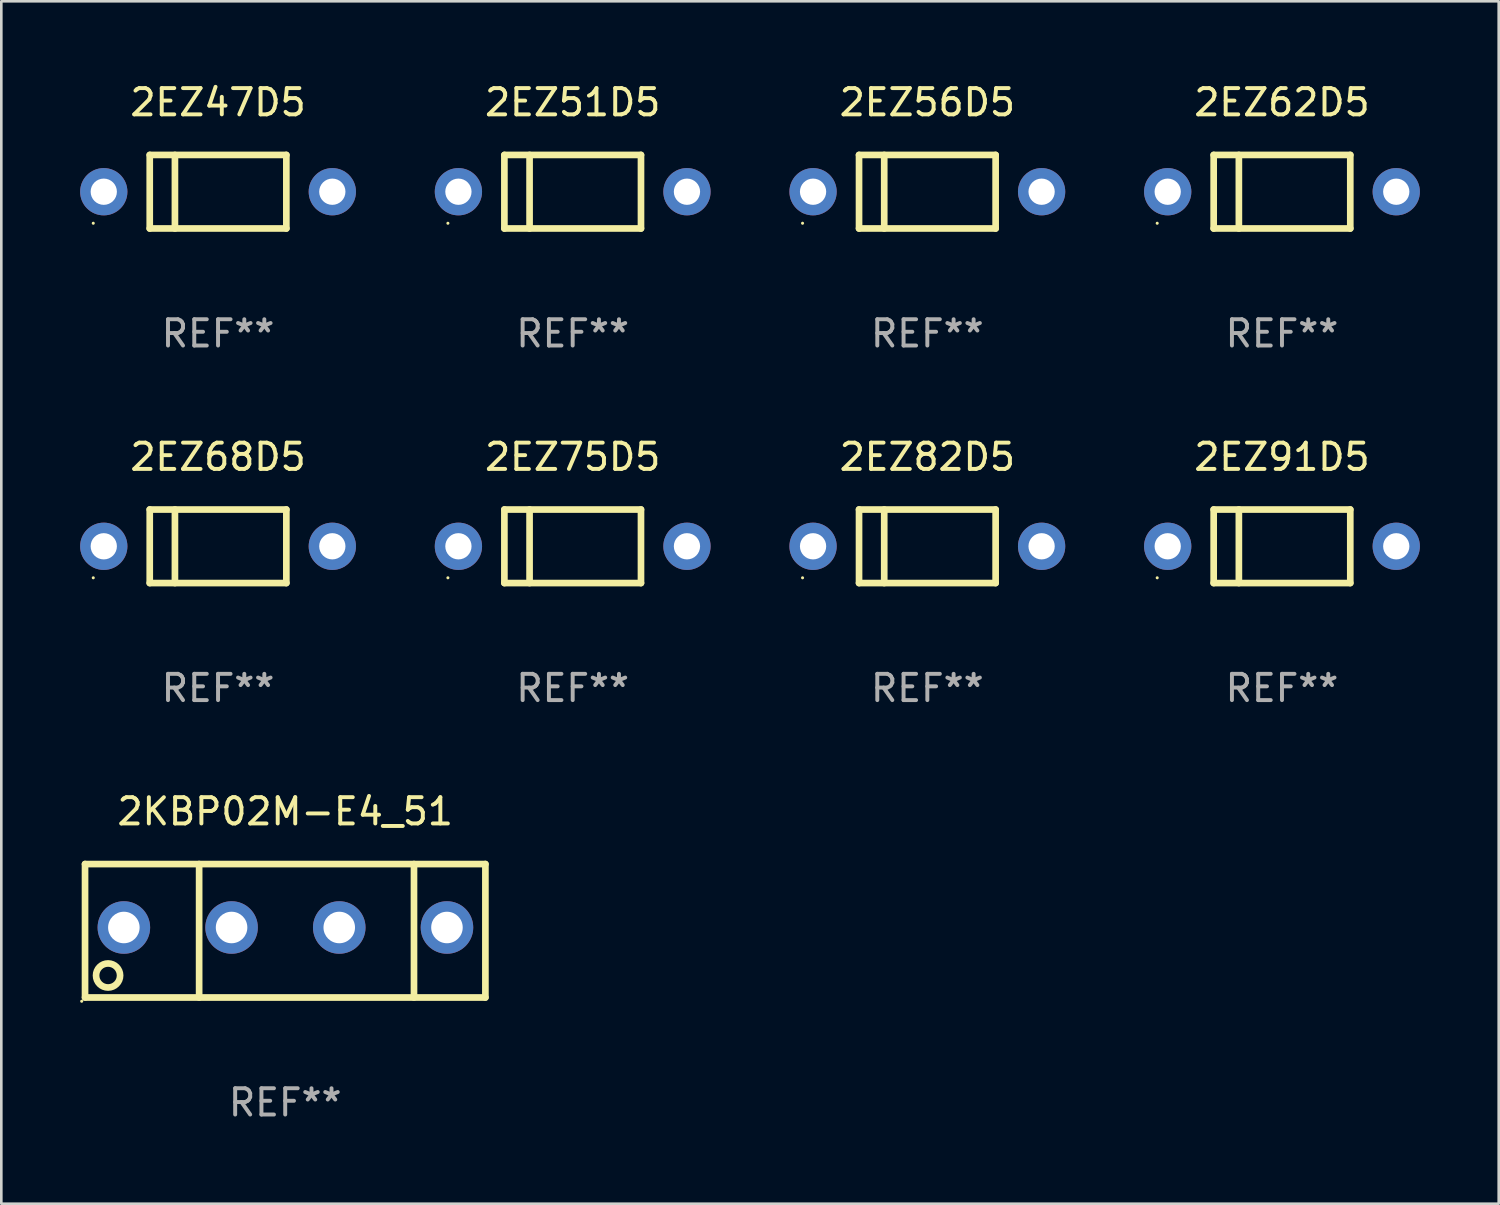
<source format=kicad_pcb>
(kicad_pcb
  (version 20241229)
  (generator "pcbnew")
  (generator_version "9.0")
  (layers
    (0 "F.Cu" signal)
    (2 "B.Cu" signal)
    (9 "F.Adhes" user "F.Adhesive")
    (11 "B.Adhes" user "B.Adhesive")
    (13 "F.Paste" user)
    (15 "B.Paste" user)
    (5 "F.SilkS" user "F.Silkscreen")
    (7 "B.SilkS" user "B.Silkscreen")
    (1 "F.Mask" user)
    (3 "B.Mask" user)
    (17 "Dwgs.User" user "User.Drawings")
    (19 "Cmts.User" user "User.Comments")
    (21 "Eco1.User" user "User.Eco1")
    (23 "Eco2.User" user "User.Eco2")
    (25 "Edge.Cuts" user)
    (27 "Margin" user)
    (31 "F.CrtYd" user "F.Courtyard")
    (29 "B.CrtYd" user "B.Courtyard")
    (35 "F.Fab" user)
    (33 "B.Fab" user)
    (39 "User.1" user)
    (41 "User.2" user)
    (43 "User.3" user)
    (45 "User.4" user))
  (footprint "2EZ68D5"
    (layer "F.Cu")
    (at 5.25 17.745)
    (property "Reference" "2EZ68D5" (at 0 -3.4 0) (layer "F.SilkS") (effects (font (size 1 1) (thickness 0.15))))
    (attr through_hole)
    (fp_line (start -2.6 -1.4) (end -2.6 1.4) (stroke (width 0.254) (type solid)) (layer "F.SilkS"))
    (fp_line (start -2.6 -1.4) (end 2.6 -1.4) (stroke (width 0.254) (type solid)) (layer "F.SilkS"))
    (fp_line (start -2.6 1.4) (end 2.6 1.4) (stroke (width 0.254) (type solid)) (layer "F.SilkS"))
    (fp_line (start -1.641 -1.4) (end -1.641 1.4) (stroke (width 0.254) (type solid)) (layer "F.SilkS"))
    (fp_line (start 2.6 -1.4) (end 2.6 1.4) (stroke (width 0.254) (type solid)) (layer "F.SilkS"))
    (fp_circle (center -4.75 1.2) (end -4.72 1.2) (stroke (width 0.06) (type solid)) (fill no) (layer "F.SilkS"))
    (fp_text user "REF**" (at 0 5.4 0) (layer "F.Fab") (effects (font (size 1 1) (thickness 0.15))))
    (pad "1" thru_hole circle (at -4.35 0) (size 1.8 1.8) (drill 1) (layers "*.Cu" "*.Mask"))
    (pad "2" thru_hole circle (at 4.35 0) (size 1.8 1.8) (drill 1) (layers "*.Cu" "*.Mask")))
  (footprint "2EZ62D5"
    (layer "F.Cu")
    (at 45.75 4.248)
    (property "Reference" "2EZ62D5" (at 0 -3.4 0) (layer "F.SilkS") (effects (font (size 1 1) (thickness 0.15))))
    (attr through_hole)
    (fp_line (start -2.6 -1.4) (end -2.6 1.4) (stroke (width 0.254) (type solid)) (layer "F.SilkS"))
    (fp_line (start -2.6 -1.4) (end 2.6 -1.4) (stroke (width 0.254) (type solid)) (layer "F.SilkS"))
    (fp_line (start -2.6 1.4) (end 2.6 1.4) (stroke (width 0.254) (type solid)) (layer "F.SilkS"))
    (fp_line (start -1.641 -1.4) (end -1.641 1.4) (stroke (width 0.254) (type solid)) (layer "F.SilkS"))
    (fp_line (start 2.6 -1.4) (end 2.6 1.4) (stroke (width 0.254) (type solid)) (layer "F.SilkS"))
    (fp_circle (center -4.75 1.2) (end -4.72 1.2) (stroke (width 0.06) (type solid)) (fill no) (layer "F.SilkS"))
    (fp_text user "REF**" (at 0 5.4 0) (layer "F.Fab") (effects (font (size 1 1) (thickness 0.15))))
    (pad "1" thru_hole circle (at -4.35 0) (size 1.8 1.8) (drill 1) (layers "*.Cu" "*.Mask"))
    (pad "2" thru_hole circle (at 4.35 0) (size 1.8 1.8) (drill 1) (layers "*.Cu" "*.Mask")))
  (footprint "2KBP02M-E4_51"
    (layer "F.Cu")
    (at 7.807 32.381)
    (property "Reference" "2KBP02M-E4_51" (at 0 -4.54 0) (layer "F.SilkS") (effects (font (size 1 1) (thickness 0.15))))
    (attr through_hole)
    (fp_line (start -7.62 -2.54) (end -7.62 2.54) (stroke (width 0.254) (type solid)) (layer "F.SilkS"))
    (fp_line (start -7.62 -2.54) (end 7.62 -2.54) (stroke (width 0.254) (type solid)) (layer "F.SilkS"))
    (fp_line (start -7.62 2.54) (end 7.62 2.54) (stroke (width 0.254) (type solid)) (layer "F.SilkS"))
    (fp_line (start -3.277 -2.54) (end -3.277 2.54) (stroke (width 0.254) (type solid)) (layer "F.SilkS"))
    (fp_line (start 4.902 -2.54) (end 4.902 2.54) (stroke (width 0.254) (type solid)) (layer "F.SilkS"))
    (fp_line (start 7.62 -2.54) (end 7.62 2.54) (stroke (width 0.254) (type solid)) (layer "F.SilkS"))
    (fp_circle (center -7.747 2.683) (end -7.717 2.683) (stroke (width 0.06) (type solid)) (fill no) (layer "F.SilkS"))
    (fp_circle (center -6.743 1.702) (end -6.285 1.702) (stroke (width 0.254) (type solid)) (fill no) (layer "F.SilkS"))
    (fp_text user "REF**" (at 0 6.54 0) (layer "F.Fab") (effects (font (size 1 1) (thickness 0.15))))
    (pad "1" thru_hole circle (at -6.142 -0.125) (size 2 2) (drill 1.2) (layers "*.Cu" "*.Mask"))
    (pad "2" thru_hole circle (at -2.042 -0.125) (size 2 2) (drill 1.2) (layers "*.Cu" "*.Mask"))
    (pad "3" thru_hole circle (at 2.057 -0.125) (size 2 2) (drill 1.2) (layers "*.Cu" "*.Mask"))
    (pad "4" thru_hole circle (at 6.157 -0.125) (size 2 2) (drill 1.2) (layers "*.Cu" "*.Mask")))
  (footprint "2EZ91D5"
    (layer "F.Cu")
    (at 45.75 17.745)
    (property "Reference" "2EZ91D5" (at 0 -3.4 0) (layer "F.SilkS") (effects (font (size 1 1) (thickness 0.15))))
    (attr through_hole)
    (fp_line (start -2.6 -1.4) (end -2.6 1.4) (stroke (width 0.254) (type solid)) (layer "F.SilkS"))
    (fp_line (start -2.6 -1.4) (end 2.6 -1.4) (stroke (width 0.254) (type solid)) (layer "F.SilkS"))
    (fp_line (start -2.6 1.4) (end 2.6 1.4) (stroke (width 0.254) (type solid)) (layer "F.SilkS"))
    (fp_line (start -1.641 -1.4) (end -1.641 1.4) (stroke (width 0.254) (type solid)) (layer "F.SilkS"))
    (fp_line (start 2.6 -1.4) (end 2.6 1.4) (stroke (width 0.254) (type solid)) (layer "F.SilkS"))
    (fp_circle (center -4.75 1.2) (end -4.72 1.2) (stroke (width 0.06) (type solid)) (fill no) (layer "F.SilkS"))
    (fp_text user "REF**" (at 0 5.4 0) (layer "F.Fab") (effects (font (size 1 1) (thickness 0.15))))
    (pad "1" thru_hole circle (at -4.35 0) (size 1.8 1.8) (drill 1) (layers "*.Cu" "*.Mask"))
    (pad "2" thru_hole circle (at 4.35 0) (size 1.8 1.8) (drill 1) (layers "*.Cu" "*.Mask")))
  (footprint "2EZ51D5"
    (layer "F.Cu")
    (at 18.75 4.248)
    (property "Reference" "2EZ51D5" (at 0 -3.4 0) (layer "F.SilkS") (effects (font (size 1 1) (thickness 0.15))))
    (attr through_hole)
    (fp_line (start -2.6 -1.4) (end -2.6 1.4) (stroke (width 0.254) (type solid)) (layer "F.SilkS"))
    (fp_line (start -2.6 -1.4) (end 2.6 -1.4) (stroke (width 0.254) (type solid)) (layer "F.SilkS"))
    (fp_line (start -2.6 1.4) (end 2.6 1.4) (stroke (width 0.254) (type solid)) (layer "F.SilkS"))
    (fp_line (start -1.641 -1.4) (end -1.641 1.4) (stroke (width 0.254) (type solid)) (layer "F.SilkS"))
    (fp_line (start 2.6 -1.4) (end 2.6 1.4) (stroke (width 0.254) (type solid)) (layer "F.SilkS"))
    (fp_circle (center -4.75 1.2) (end -4.72 1.2) (stroke (width 0.06) (type solid)) (fill no) (layer "F.SilkS"))
    (fp_text user "REF**" (at 0 5.4 0) (layer "F.Fab") (effects (font (size 1 1) (thickness 0.15))))
    (pad "1" thru_hole circle (at -4.35 0) (size 1.8 1.8) (drill 1) (layers "*.Cu" "*.Mask"))
    (pad "2" thru_hole circle (at 4.35 0) (size 1.8 1.8) (drill 1) (layers "*.Cu" "*.Mask")))
  (footprint "2EZ56D5"
    (layer "F.Cu")
    (at 32.25 4.248)
    (property "Reference" "2EZ56D5" (at 0 -3.4 0) (layer "F.SilkS") (effects (font (size 1 1) (thickness 0.15))))
    (attr through_hole)
    (fp_line (start -2.6 -1.4) (end -2.6 1.4) (stroke (width 0.254) (type solid)) (layer "F.SilkS"))
    (fp_line (start -2.6 -1.4) (end 2.6 -1.4) (stroke (width 0.254) (type solid)) (layer "F.SilkS"))
    (fp_line (start -2.6 1.4) (end 2.6 1.4) (stroke (width 0.254) (type solid)) (layer "F.SilkS"))
    (fp_line (start -1.641 -1.4) (end -1.641 1.4) (stroke (width 0.254) (type solid)) (layer "F.SilkS"))
    (fp_line (start 2.6 -1.4) (end 2.6 1.4) (stroke (width 0.254) (type solid)) (layer "F.SilkS"))
    (fp_circle (center -4.75 1.2) (end -4.72 1.2) (stroke (width 0.06) (type solid)) (fill no) (layer "F.SilkS"))
    (fp_text user "REF**" (at 0 5.4 0) (layer "F.Fab") (effects (font (size 1 1) (thickness 0.15))))
    (pad "1" thru_hole circle (at -4.35 0) (size 1.8 1.8) (drill 1) (layers "*.Cu" "*.Mask"))
    (pad "2" thru_hole circle (at 4.35 0) (size 1.8 1.8) (drill 1) (layers "*.Cu" "*.Mask")))
  (footprint "2EZ47D5"
    (layer "F.Cu")
    (at 5.25 4.248)
    (property "Reference" "2EZ47D5" (at 0 -3.4 0) (layer "F.SilkS") (effects (font (size 1 1) (thickness 0.15))))
    (attr through_hole)
    (fp_line (start -2.6 -1.4) (end -2.6 1.4) (stroke (width 0.254) (type solid)) (layer "F.SilkS"))
    (fp_line (start -2.6 -1.4) (end 2.6 -1.4) (stroke (width 0.254) (type solid)) (layer "F.SilkS"))
    (fp_line (start -2.6 1.4) (end 2.6 1.4) (stroke (width 0.254) (type solid)) (layer "F.SilkS"))
    (fp_line (start -1.641 -1.4) (end -1.641 1.4) (stroke (width 0.254) (type solid)) (layer "F.SilkS"))
    (fp_line (start 2.6 -1.4) (end 2.6 1.4) (stroke (width 0.254) (type solid)) (layer "F.SilkS"))
    (fp_circle (center -4.75 1.2) (end -4.72 1.2) (stroke (width 0.06) (type solid)) (fill no) (layer "F.SilkS"))
    (fp_text user "REF**" (at 0 5.4 0) (layer "F.Fab") (effects (font (size 1 1) (thickness 0.15))))
    (pad "1" thru_hole circle (at -4.35 0) (size 1.8 1.8) (drill 1) (layers "*.Cu" "*.Mask"))
    (pad "2" thru_hole circle (at 4.35 0) (size 1.8 1.8) (drill 1) (layers "*.Cu" "*.Mask")))
  (footprint "2EZ82D5"
    (layer "F.Cu")
    (at 32.25 17.745)
    (property "Reference" "2EZ82D5" (at 0 -3.4 0) (layer "F.SilkS") (effects (font (size 1 1) (thickness 0.15))))
    (attr through_hole)
    (fp_line (start -2.6 -1.4) (end -2.6 1.4) (stroke (width 0.254) (type solid)) (layer "F.SilkS"))
    (fp_line (start -2.6 -1.4) (end 2.6 -1.4) (stroke (width 0.254) (type solid)) (layer "F.SilkS"))
    (fp_line (start -2.6 1.4) (end 2.6 1.4) (stroke (width 0.254) (type solid)) (layer "F.SilkS"))
    (fp_line (start -1.641 -1.4) (end -1.641 1.4) (stroke (width 0.254) (type solid)) (layer "F.SilkS"))
    (fp_line (start 2.6 -1.4) (end 2.6 1.4) (stroke (width 0.254) (type solid)) (layer "F.SilkS"))
    (fp_circle (center -4.75 1.2) (end -4.72 1.2) (stroke (width 0.06) (type solid)) (fill no) (layer "F.SilkS"))
    (fp_text user "REF**" (at 0 5.4 0) (layer "F.Fab") (effects (font (size 1 1) (thickness 0.15))))
    (pad "1" thru_hole circle (at -4.35 0) (size 1.8 1.8) (drill 1) (layers "*.Cu" "*.Mask"))
    (pad "2" thru_hole circle (at 4.35 0) (size 1.8 1.8) (drill 1) (layers "*.Cu" "*.Mask")))
  (footprint "2EZ75D5"
    (layer "F.Cu")
    (at 18.75 17.745)
    (property "Reference" "2EZ75D5" (at 0 -3.4 0) (layer "F.SilkS") (effects (font (size 1 1) (thickness 0.15))))
    (attr through_hole)
    (fp_line (start -2.6 -1.4) (end -2.6 1.4) (stroke (width 0.254) (type solid)) (layer "F.SilkS"))
    (fp_line (start -2.6 -1.4) (end 2.6 -1.4) (stroke (width 0.254) (type solid)) (layer "F.SilkS"))
    (fp_line (start -2.6 1.4) (end 2.6 1.4) (stroke (width 0.254) (type solid)) (layer "F.SilkS"))
    (fp_line (start -1.641 -1.4) (end -1.641 1.4) (stroke (width 0.254) (type solid)) (layer "F.SilkS"))
    (fp_line (start 2.6 -1.4) (end 2.6 1.4) (stroke (width 0.254) (type solid)) (layer "F.SilkS"))
    (fp_circle (center -4.75 1.2) (end -4.72 1.2) (stroke (width 0.06) (type solid)) (fill no) (layer "F.SilkS"))
    (fp_text user "REF**" (at 0 5.4 0) (layer "F.Fab") (effects (font (size 1 1) (thickness 0.15))))
    (pad "1" thru_hole circle (at -4.35 0) (size 1.8 1.8) (drill 1) (layers "*.Cu" "*.Mask"))
    (pad "2" thru_hole circle (at 4.35 0) (size 1.8 1.8) (drill 1) (layers "*.Cu" "*.Mask")))
  (gr_rect
    (start -3 -3)
    (end 54 42.77)
    (stroke (width 0.1) (type default))
    (fill no)
    (layer "Edge.Cuts")))
</source>
